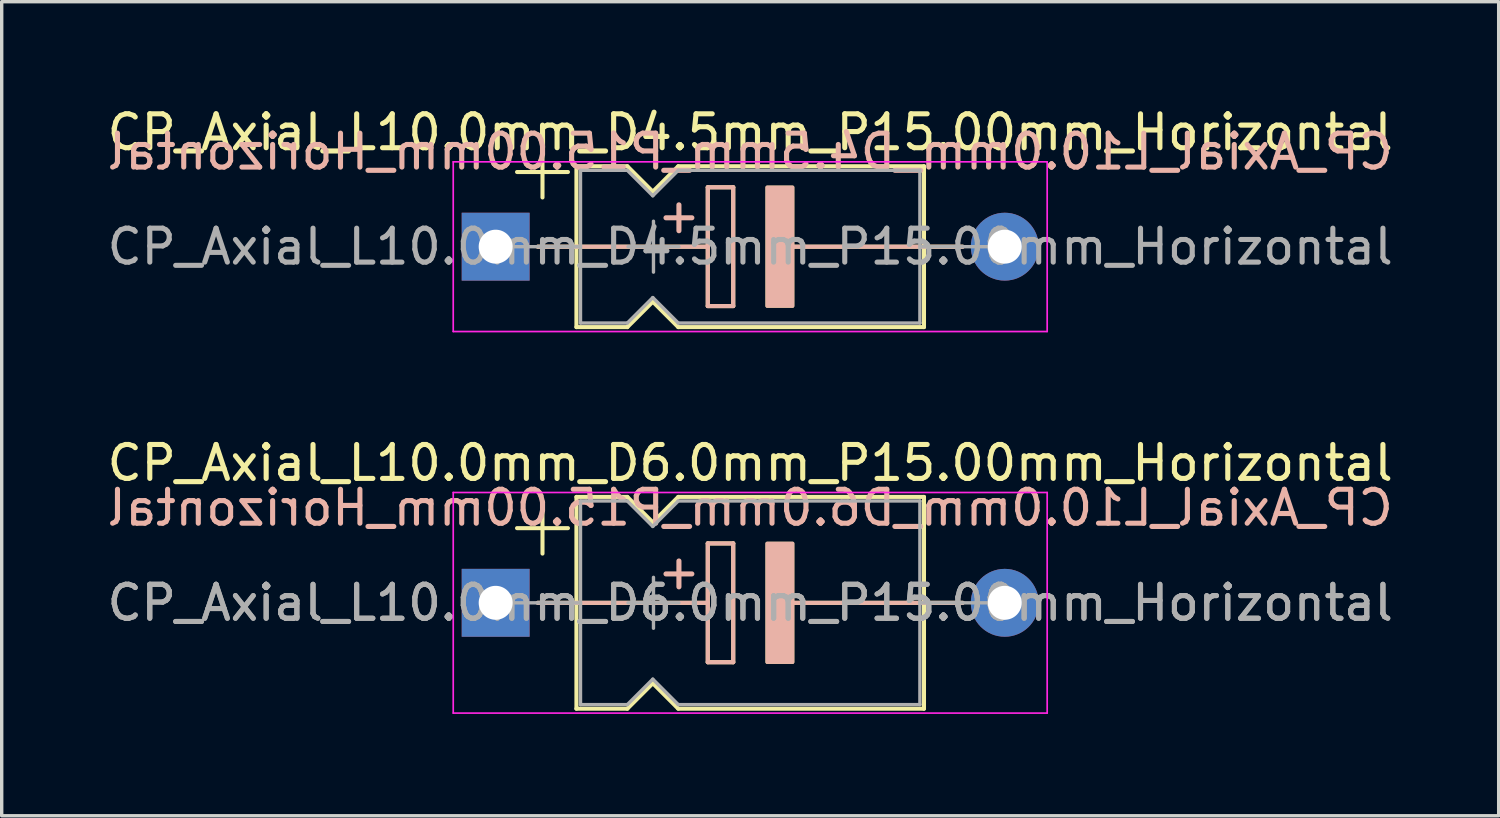
<source format=kicad_pcb>
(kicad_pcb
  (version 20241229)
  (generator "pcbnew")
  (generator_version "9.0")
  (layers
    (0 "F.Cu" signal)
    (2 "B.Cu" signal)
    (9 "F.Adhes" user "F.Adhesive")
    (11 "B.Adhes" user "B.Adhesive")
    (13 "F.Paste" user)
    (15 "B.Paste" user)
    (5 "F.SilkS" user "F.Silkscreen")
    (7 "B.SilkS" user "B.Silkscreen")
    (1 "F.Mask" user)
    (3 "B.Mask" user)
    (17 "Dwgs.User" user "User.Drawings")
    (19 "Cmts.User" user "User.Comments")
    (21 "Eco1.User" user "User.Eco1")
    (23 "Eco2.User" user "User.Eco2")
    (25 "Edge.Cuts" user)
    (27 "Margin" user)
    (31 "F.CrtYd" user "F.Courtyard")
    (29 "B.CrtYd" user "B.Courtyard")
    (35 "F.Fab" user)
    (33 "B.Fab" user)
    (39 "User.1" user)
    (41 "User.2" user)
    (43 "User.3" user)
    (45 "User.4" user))
  (footprint "CP_Axial_L10.0mm_D6.0mm_P15.00mm_Horizontal"
    (layer "F.Cu")
    (at 11.554 14.711)
    (property "Reference" "CP_Axial_L10.0mm_D6.0mm_P15.00mm_Horizontal" (at 7.5 -4.12 0) (layer "F.SilkS") (effects (font (size 1 1) (thickness 0.15))))
    (fp_line (start 0.63 -2.2) (end 2.13 -2.2) (stroke (width 0.12) (type solid)) (layer "F.SilkS"))
    (fp_line (start 1.24 0) (end 2.38 0) (stroke (width 0.12) (type solid)) (layer "F.SilkS"))
    (fp_line (start 1.38 -2.95) (end 1.38 -1.45) (stroke (width 0.12) (type solid)) (layer "F.SilkS"))
    (fp_line (start 2.38 -3.12) (end 2.38 3.12) (stroke (width 0.12) (type solid)) (layer "F.SilkS"))
    (fp_line (start 2.38 -3.12) (end 3.88 -3.12) (stroke (width 0.12) (type solid)) (layer "F.SilkS"))
    (fp_line (start 2.38 0) (end 6.25 0) (stroke (width 0.12) (type solid)) (layer "F.SilkS"))
    (fp_line (start 2.38 3.12) (end 3.88 3.12) (stroke (width 0.12) (type solid)) (layer "F.SilkS"))
    (fp_line (start 3.88 -3.12) (end 4.63 -2.37) (stroke (width 0.12) (type solid)) (layer "F.SilkS"))
    (fp_line (start 3.88 3.12) (end 4.63 2.37) (stroke (width 0.12) (type solid)) (layer "F.SilkS"))
    (fp_line (start 4.63 -2.37) (end 5.38 -3.12) (stroke (width 0.12) (type solid)) (layer "F.SilkS"))
    (fp_line (start 4.63 2.37) (end 5.38 3.12) (stroke (width 0.12) (type solid)) (layer "F.SilkS"))
    (fp_line (start 5.38 -3.12) (end 12.62 -3.12) (stroke (width 0.12) (type solid)) (layer "F.SilkS"))
    (fp_line (start 5.38 3.12) (end 12.62 3.12) (stroke (width 0.12) (type solid)) (layer "F.SilkS"))
    (fp_line (start 6.25 -1.75) (end 6.25 1.75) (stroke (width 0.12) (type solid)) (layer "F.SilkS"))
    (fp_line (start 6.25 -1.75) (end 7 -1.75) (stroke (width 0.12) (type solid)) (layer "F.SilkS"))
    (fp_line (start 7 -1.75) (end 7 1.75) (stroke (width 0.12) (type solid)) (layer "F.SilkS"))
    (fp_line (start 7 1.75) (end 6.25 1.75) (stroke (width 0.12) (type solid)) (layer "F.SilkS"))
    (fp_line (start 8.75 0) (end 12.62 0) (stroke (width 0.12) (type solid)) (layer "F.SilkS"))
    (fp_line (start 12.62 -3.12) (end 12.62 3.12) (stroke (width 0.12) (type solid)) (layer "F.SilkS"))
    (fp_line (start 13.76 0) (end 12.62 0) (stroke (width 0.12) (type solid)) (layer "F.SilkS"))
    (fp_poly (pts (xy 8.75 1.75) (xy 8 1.75) (xy 8 -1.75) (xy 8.75 -1.75)) (stroke (width 0.1) (type solid)) (fill yes) (layer "F.SilkS"))
    (fp_line (start 1.24 0) (end 2.38 0) (stroke (width 0.12) (type solid)) (layer "B.SilkS"))
    (fp_line (start 2.38 0) (end 6.25 0) (stroke (width 0.12) (type solid)) (layer "B.SilkS"))
    (fp_line (start 6.25 -1.75) (end 6.25 1.75) (stroke (width 0.12) (type solid)) (layer "B.SilkS"))
    (fp_line (start 6.25 -1.75) (end 7 -1.75) (stroke (width 0.12) (type solid)) (layer "B.SilkS"))
    (fp_line (start 7 -1.75) (end 7 1.75) (stroke (width 0.12) (type solid)) (layer "B.SilkS"))
    (fp_line (start 7 1.75) (end 6.25 1.75) (stroke (width 0.12) (type solid)) (layer "B.SilkS"))
    (fp_line (start 8.75 0) (end 12.62 0) (stroke (width 0.12) (type solid)) (layer "B.SilkS"))
    (fp_line (start 13.76 0) (end 12.62 0) (stroke (width 0.12) (type solid)) (layer "B.SilkS"))
    (fp_poly (pts (xy 8.75 1.75) (xy 8 1.75) (xy 8 -1.75) (xy 8.75 -1.75)) (stroke (width 0.1) (type solid)) (fill yes) (layer "B.SilkS"))
    (fp_line (start -1.25 -3.25) (end -1.25 3.25) (stroke (width 0.05) (type solid)) (layer "F.CrtYd"))
    (fp_line (start -1.25 3.25) (end 16.25 3.25) (stroke (width 0.05) (type solid)) (layer "F.CrtYd"))
    (fp_line (start 16.25 -3.25) (end -1.25 -3.25) (stroke (width 0.05) (type solid)) (layer "F.CrtYd"))
    (fp_line (start 16.25 3.25) (end 16.25 -3.25) (stroke (width 0.05) (type solid)) (layer "F.CrtYd"))
    (fp_line (start 0 0) (end 2.5 0) (stroke (width 0.1) (type solid)) (layer "F.Fab"))
    (fp_line (start 2.5 -3) (end 2.5 3) (stroke (width 0.1) (type solid)) (layer "F.Fab"))
    (fp_line (start 2.5 -3) (end 3.88 -3) (stroke (width 0.1) (type solid)) (layer "F.Fab"))
    (fp_line (start 2.5 3) (end 3.88 3) (stroke (width 0.1) (type solid)) (layer "F.Fab"))
    (fp_line (start 3.88 -3) (end 4.63 -2.25) (stroke (width 0.1) (type solid)) (layer "F.Fab"))
    (fp_line (start 3.88 3) (end 4.63 2.25) (stroke (width 0.1) (type solid)) (layer "F.Fab"))
    (fp_line (start 3.9 0) (end 5.4 0) (stroke (width 0.1) (type solid)) (layer "F.Fab"))
    (fp_line (start 4.63 -2.25) (end 5.38 -3) (stroke (width 0.1) (type solid)) (layer "F.Fab"))
    (fp_line (start 4.63 2.25) (end 5.38 3) (stroke (width 0.1) (type solid)) (layer "F.Fab"))
    (fp_line (start 4.65 -0.75) (end 4.65 0.75) (stroke (width 0.1) (type solid)) (layer "F.Fab"))
    (fp_line (start 5.38 -3) (end 12.5 -3) (stroke (width 0.1) (type solid)) (layer "F.Fab"))
    (fp_line (start 5.38 3) (end 12.5 3) (stroke (width 0.1) (type solid)) (layer "F.Fab"))
    (fp_line (start 12.5 -3) (end 12.5 3) (stroke (width 0.1) (type solid)) (layer "F.Fab"))
    (fp_line (start 15 0) (end 12.5 0) (stroke (width 0.1) (type solid)) (layer "F.Fab"))
    (fp_text user "+" (at 5.4 -0.925 0) (unlocked yes) (layer "B.SilkS") (effects (font (size 1 1) (thickness 0.15)) (justify mirror)))
    (fp_text user "${REFERENCE}" (at 7.5 -2.8 0) (layer "B.SilkS") (effects (font (size 1 1) (thickness 0.15)) (justify mirror)))
    (fp_text user "${REFERENCE}" (at 7.5 0 0) (layer "F.Fab") (effects (font (size 1 1) (thickness 0.15))))
    (fp_text user "${REFERENCE}" (at 7.5 0 0) (layer "F.Fab") (effects (font (size 1 1) (thickness 0.15))))
    (pad "1" thru_hole rect (at 0 0) (size 2 2) (drill 1) (layers "*.Cu" "*.Mask"))
    (pad "2" thru_hole oval (at 15 0) (size 2 2) (drill 1) (layers "*.Cu" "*.Mask")))
  (footprint "CP_Axial_L10.0mm_D4.5mm_P15.00mm_Horizontal"
    (layer "F.Cu")
    (at 11.554 4.218)
    (property "Reference" "CP_Axial_L10.0mm_D4.5mm_P15.00mm_Horizontal" (at 7.5 -3.37 0) (layer "F.SilkS") (effects (font (size 1 1) (thickness 0.15))))
    (attr through_hole)
    (fp_line (start 0.63 -2.2) (end 2.13 -2.2) (stroke (width 0.12) (type solid)) (layer "F.SilkS"))
    (fp_line (start 1.24 0) (end 2.38 0) (stroke (width 0.12) (type solid)) (layer "F.SilkS"))
    (fp_line (start 1.38 -2.95) (end 1.38 -1.45) (stroke (width 0.12) (type solid)) (layer "F.SilkS"))
    (fp_line (start 2.38 -2.37) (end 2.38 2.37) (stroke (width 0.12) (type solid)) (layer "F.SilkS"))
    (fp_line (start 2.38 -2.37) (end 3.88 -2.37) (stroke (width 0.12) (type solid)) (layer "F.SilkS"))
    (fp_line (start 2.38 0) (end 6.25 0) (stroke (width 0.12) (type solid)) (layer "F.SilkS"))
    (fp_line (start 2.38 2.37) (end 3.88 2.37) (stroke (width 0.12) (type solid)) (layer "F.SilkS"))
    (fp_line (start 3.88 -2.37) (end 4.63 -1.62) (stroke (width 0.12) (type solid)) (layer "F.SilkS"))
    (fp_line (start 3.88 2.37) (end 4.63 1.62) (stroke (width 0.12) (type solid)) (layer "F.SilkS"))
    (fp_line (start 4.63 -1.62) (end 5.38 -2.37) (stroke (width 0.12) (type solid)) (layer "F.SilkS"))
    (fp_line (start 4.63 1.62) (end 5.38 2.37) (stroke (width 0.12) (type solid)) (layer "F.SilkS"))
    (fp_line (start 5.38 -2.37) (end 12.62 -2.37) (stroke (width 0.12) (type solid)) (layer "F.SilkS"))
    (fp_line (start 5.38 2.37) (end 12.62 2.37) (stroke (width 0.12) (type solid)) (layer "F.SilkS"))
    (fp_line (start 6.25 -1.75) (end 6.25 1.75) (stroke (width 0.12) (type solid)) (layer "F.SilkS"))
    (fp_line (start 6.25 -1.75) (end 7 -1.75) (stroke (width 0.12) (type solid)) (layer "F.SilkS"))
    (fp_line (start 7 -1.75) (end 7 1.75) (stroke (width 0.12) (type solid)) (layer "F.SilkS"))
    (fp_line (start 7 1.75) (end 6.25 1.75) (stroke (width 0.12) (type solid)) (layer "F.SilkS"))
    (fp_line (start 8.75 0) (end 12.62 0) (stroke (width 0.12) (type solid)) (layer "F.SilkS"))
    (fp_line (start 12.62 -2.37) (end 12.62 2.37) (stroke (width 0.12) (type solid)) (layer "F.SilkS"))
    (fp_line (start 13.76 0) (end 12.62 0) (stroke (width 0.12) (type solid)) (layer "F.SilkS"))
    (fp_poly (pts (xy 8.75 1.75) (xy 8 1.75) (xy 8 -1.75) (xy 8.75 -1.75)) (stroke (width 0.1) (type solid)) (fill yes) (layer "F.SilkS"))
    (fp_line (start 1.24 0) (end 2.38 0) (stroke (width 0.12) (type solid)) (layer "B.SilkS"))
    (fp_line (start 2.38 0) (end 6.25 0) (stroke (width 0.12) (type solid)) (layer "B.SilkS"))
    (fp_line (start 6.25 -1.75) (end 6.25 1.75) (stroke (width 0.12) (type solid)) (layer "B.SilkS"))
    (fp_line (start 6.25 -1.75) (end 7 -1.75) (stroke (width 0.12) (type solid)) (layer "B.SilkS"))
    (fp_line (start 7 -1.75) (end 7 1.75) (stroke (width 0.12) (type solid)) (layer "B.SilkS"))
    (fp_line (start 7 1.75) (end 6.25 1.75) (stroke (width 0.12) (type solid)) (layer "B.SilkS"))
    (fp_line (start 8.75 0) (end 12.62 0) (stroke (width 0.12) (type solid)) (layer "B.SilkS"))
    (fp_line (start 13.76 0) (end 12.62 0) (stroke (width 0.12) (type solid)) (layer "B.SilkS"))
    (fp_poly (pts (xy 8.75 1.75) (xy 8 1.75) (xy 8 -1.75) (xy 8.75 -1.75)) (stroke (width 0.1) (type solid)) (fill yes) (layer "B.SilkS"))
    (fp_line (start -1.25 -2.5) (end -1.25 2.5) (stroke (width 0.05) (type solid)) (layer "F.CrtYd"))
    (fp_line (start -1.25 2.5) (end 16.25 2.5) (stroke (width 0.05) (type solid)) (layer "F.CrtYd"))
    (fp_line (start 16.25 -2.5) (end -1.25 -2.5) (stroke (width 0.05) (type solid)) (layer "F.CrtYd"))
    (fp_line (start 16.25 2.5) (end 16.25 -2.5) (stroke (width 0.05) (type solid)) (layer "F.CrtYd"))
    (fp_line (start 0 0) (end 2.5 0) (stroke (width 0.1) (type solid)) (layer "F.Fab"))
    (fp_line (start 2.5 -2.25) (end 2.5 2.25) (stroke (width 0.1) (type solid)) (layer "F.Fab"))
    (fp_line (start 2.5 -2.25) (end 3.88 -2.25) (stroke (width 0.1) (type solid)) (layer "F.Fab"))
    (fp_line (start 2.5 2.25) (end 3.88 2.25) (stroke (width 0.1) (type solid)) (layer "F.Fab"))
    (fp_line (start 3.88 -2.25) (end 4.63 -1.5) (stroke (width 0.1) (type solid)) (layer "F.Fab"))
    (fp_line (start 3.88 2.25) (end 4.63 1.5) (stroke (width 0.1) (type solid)) (layer "F.Fab"))
    (fp_line (start 3.9 0) (end 5.4 0) (stroke (width 0.1) (type solid)) (layer "F.Fab"))
    (fp_line (start 4.63 -1.5) (end 5.38 -2.25) (stroke (width 0.1) (type solid)) (layer "F.Fab"))
    (fp_line (start 4.63 1.5) (end 5.38 2.25) (stroke (width 0.1) (type solid)) (layer "F.Fab"))
    (fp_line (start 4.65 -0.75) (end 4.65 0.75) (stroke (width 0.1) (type solid)) (layer "F.Fab"))
    (fp_line (start 5.38 -2.25) (end 12.5 -2.25) (stroke (width 0.1) (type solid)) (layer "F.Fab"))
    (fp_line (start 5.38 2.25) (end 12.5 2.25) (stroke (width 0.1) (type solid)) (layer "F.Fab"))
    (fp_line (start 12.5 -2.25) (end 12.5 2.25) (stroke (width 0.1) (type solid)) (layer "F.Fab"))
    (fp_line (start 15 0) (end 12.5 0) (stroke (width 0.1) (type solid)) (layer "F.Fab"))
    (fp_text user "${REFERENCE}" (at 7.5 -2.8 0) (layer "B.SilkS") (effects (font (size 1 1) (thickness 0.15)) (justify mirror)))
    (fp_text user "+" (at 5.4 -0.925 0) (unlocked yes) (layer "B.SilkS") (effects (font (size 1 1) (thickness 0.15)) (justify mirror)))
    (fp_text user "${REFERENCE}" (at 7.5 0 0) (layer "F.Fab") (effects (font (size 1 1) (thickness 0.15))))
    (pad "1" thru_hole rect (at 0 0) (size 2 2) (drill 1) (layers "*.Cu" "*.Mask"))
    (pad "2" thru_hole oval (at 15 0) (size 2 2) (drill 1) (layers "*.Cu" "*.Mask")))
  (gr_rect
    (start -3 -3)
    (end 41.107 20.986)
    (stroke (width 0.1) (type default))
    (fill no)
    (layer "Edge.Cuts")))
</source>
